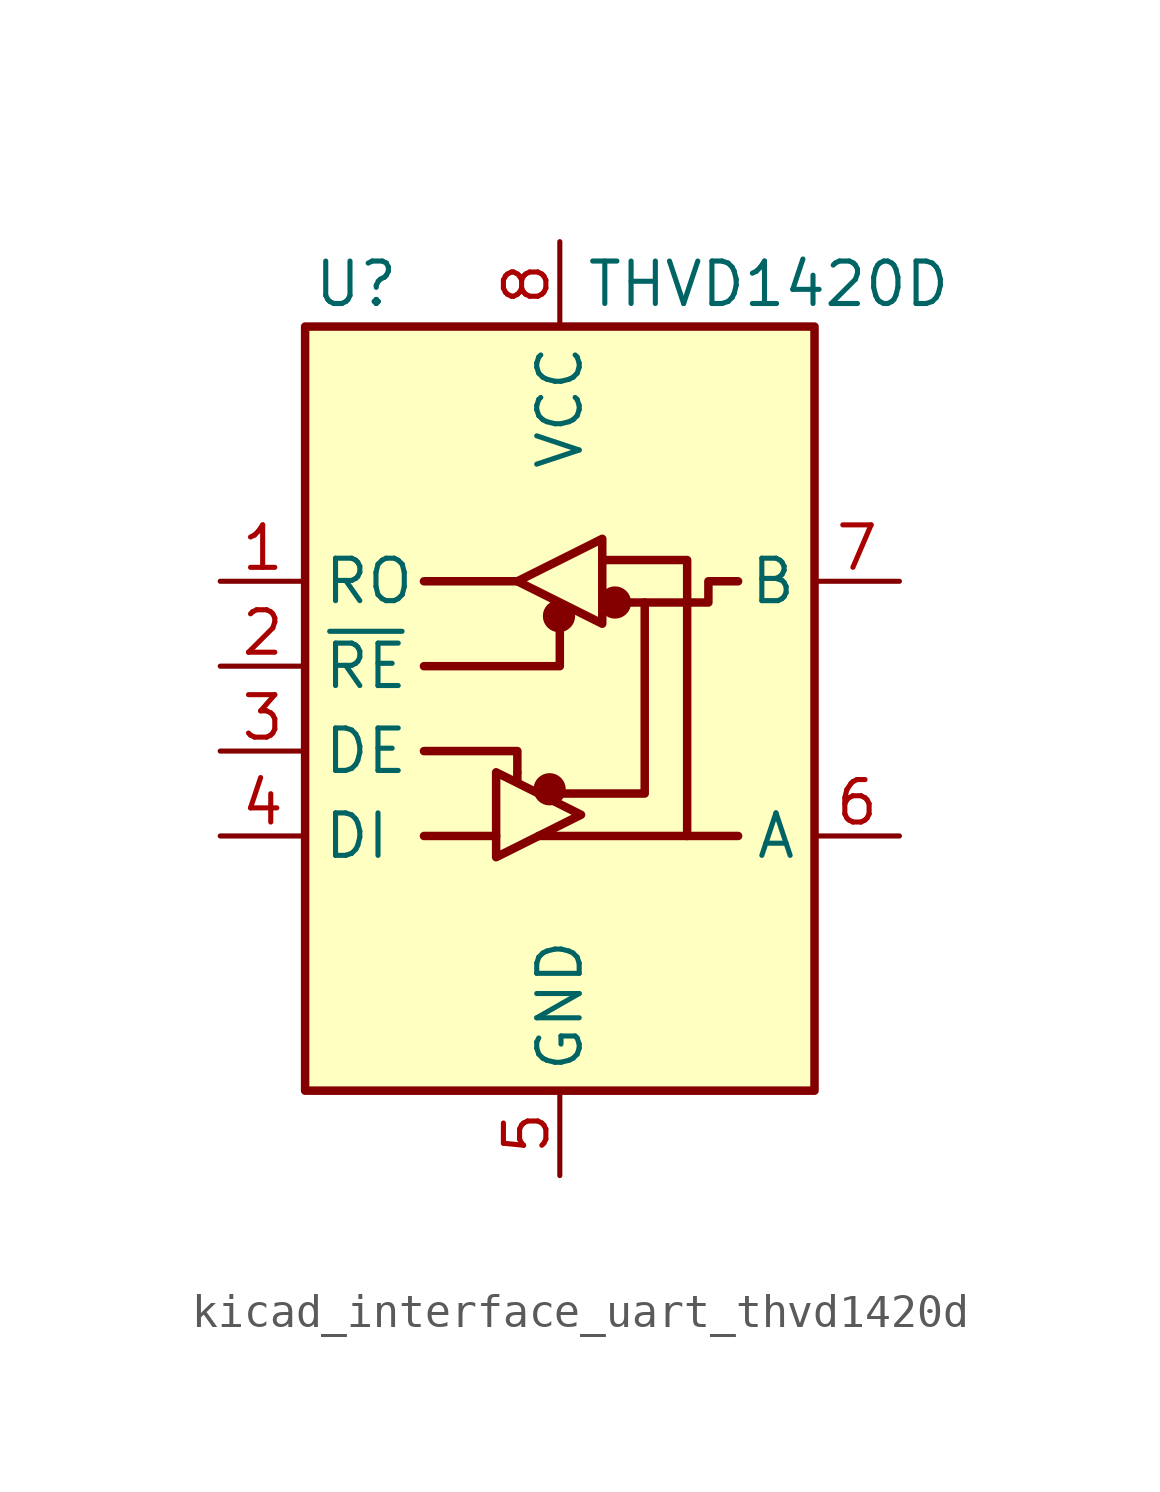
<source format=kicad_sym>
(kicad_symbol_lib
  (version 20220914)
  (generator kicad_symbol_editor)
  (symbol "kicad_interface_uart_thvd1420d"
    (property "Reference" "U"
      (at -6.096 11.43 0)
      (effects (font (size 1.27 1.27))))
    (property "Value" "THVD1420D"
      (at 0.762 11.43 0)
      (effects (font (size 1.27 1.27)) (justify left)))
    (symbol "kicad_interface_uart_thvd1420d_0_1"
      (rectangle (start -7.62 10.16) (end 7.62 -12.7) (stroke (width 0.254) (type default)) (fill (type background)))
      (circle (center -0.305 -3.683) (radius 0.356) (stroke (width 0.254) (type default)) (fill (type outline)))
      (circle (center -0.025 1.499) (radius 0.356) (stroke (width 0.254) (type default)) (fill (type outline)))
      (polyline (pts (xy -4.064 -5.08) (xy -1.905 -5.08)) (stroke (width 0.254) (type default)) (fill (type none)))
      (polyline (pts (xy -4.064 2.54) (xy -1.27 2.54)) (stroke (width 0.254) (type default)) (fill (type none)))
      (polyline (pts (xy -1.27 -3.2) (xy -1.27 -3.454)) (stroke (width 0.254) (type default)) (fill (type none)))
      (polyline (pts (xy -0.635 -5.08) (xy 5.334 -5.08)) (stroke (width 0.254) (type default)) (fill (type none)))
      (polyline (pts (xy -4.064 -2.54) (xy -1.27 -2.54) (xy -1.27 -3.175)) (stroke (width 0.254) (type default)) (fill (type none)))
      (polyline (pts (xy 0 1.27) (xy 0 0) (xy -4.064 0)) (stroke (width 0.254) (type default)) (fill (type none)))
      (polyline (pts (xy 1.27 3.175) (xy 3.81 3.175) (xy 3.81 -5.08)) (stroke (width 0.254) (type default)) (fill (type none)))
      (polyline (pts (xy 2.54 1.905) (xy 2.54 -3.81) (xy 0 -3.81)) (stroke (width 0.254) (type default)) (fill (type none)))
      (polyline (pts (xy -1.905 -3.175) (xy -1.905 -5.715) (xy 0.635 -4.445) (xy -1.905 -3.175)) (stroke (width 0.254) (type default)) (fill (type none)))
      (polyline (pts (xy -1.27 2.54) (xy 1.27 3.81) (xy 1.27 1.27) (xy -1.27 2.54)) (stroke (width 0.254) (type default)) (fill (type none)))
      (polyline (pts (xy 1.905 1.905) (xy 4.445 1.905) (xy 4.445 2.54) (xy 5.334 2.54)) (stroke (width 0.254) (type default)) (fill (type none)))
      (rectangle (start 1.27 3.175) (end 1.27 3.175) (stroke (width 0) (type default)) (fill (type none)))
      (circle (center 1.651 1.905) (radius 0.356) (stroke (width 0.254) (type default)) (fill (type outline))))
    (symbol "kicad_interface_uart_thvd1420d_1_1"
      (pin output line (at -10.16 2.54 0) (length 2.54) (name "RO" (effects (font (size 1.27 1.27)))) (number "1" (effects (font (size 1.27 1.27)))))
      (pin input line (at -10.16 0 0) (length 2.54) (name "~{RE}" (effects (font (size 1.27 1.27)))) (number "2" (effects (font (size 1.27 1.27)))))
      (pin input line (at -10.16 -2.54 0) (length 2.54) (name "DE" (effects (font (size 1.27 1.27)))) (number "3" (effects (font (size 1.27 1.27)))))
      (pin input line (at -10.16 -5.08 0) (length 2.54) (name "DI" (effects (font (size 1.27 1.27)))) (number "4" (effects (font (size 1.27 1.27)))))
      (pin power_in line (at 0 -15.24 90) (length 2.54) (name "GND" (effects (font (size 1.27 1.27)))) (number "5" (effects (font (size 1.27 1.27)))))
      (pin bidirectional line (at 10.16 -5.08 180) (length 2.54) (name "A" (effects (font (size 1.27 1.27)))) (number "6" (effects (font (size 1.27 1.27)))))
      (pin bidirectional line (at 10.16 2.54 180) (length 2.54) (name "B" (effects (font (size 1.27 1.27)))) (number "7" (effects (font (size 1.27 1.27)))))
      (pin power_in line (at 0 12.7 270) (length 2.54) (name "VCC" (effects (font (size 1.27 1.27)))) (number "8" (effects (font (size 1.27 1.27))))))))
</source>
